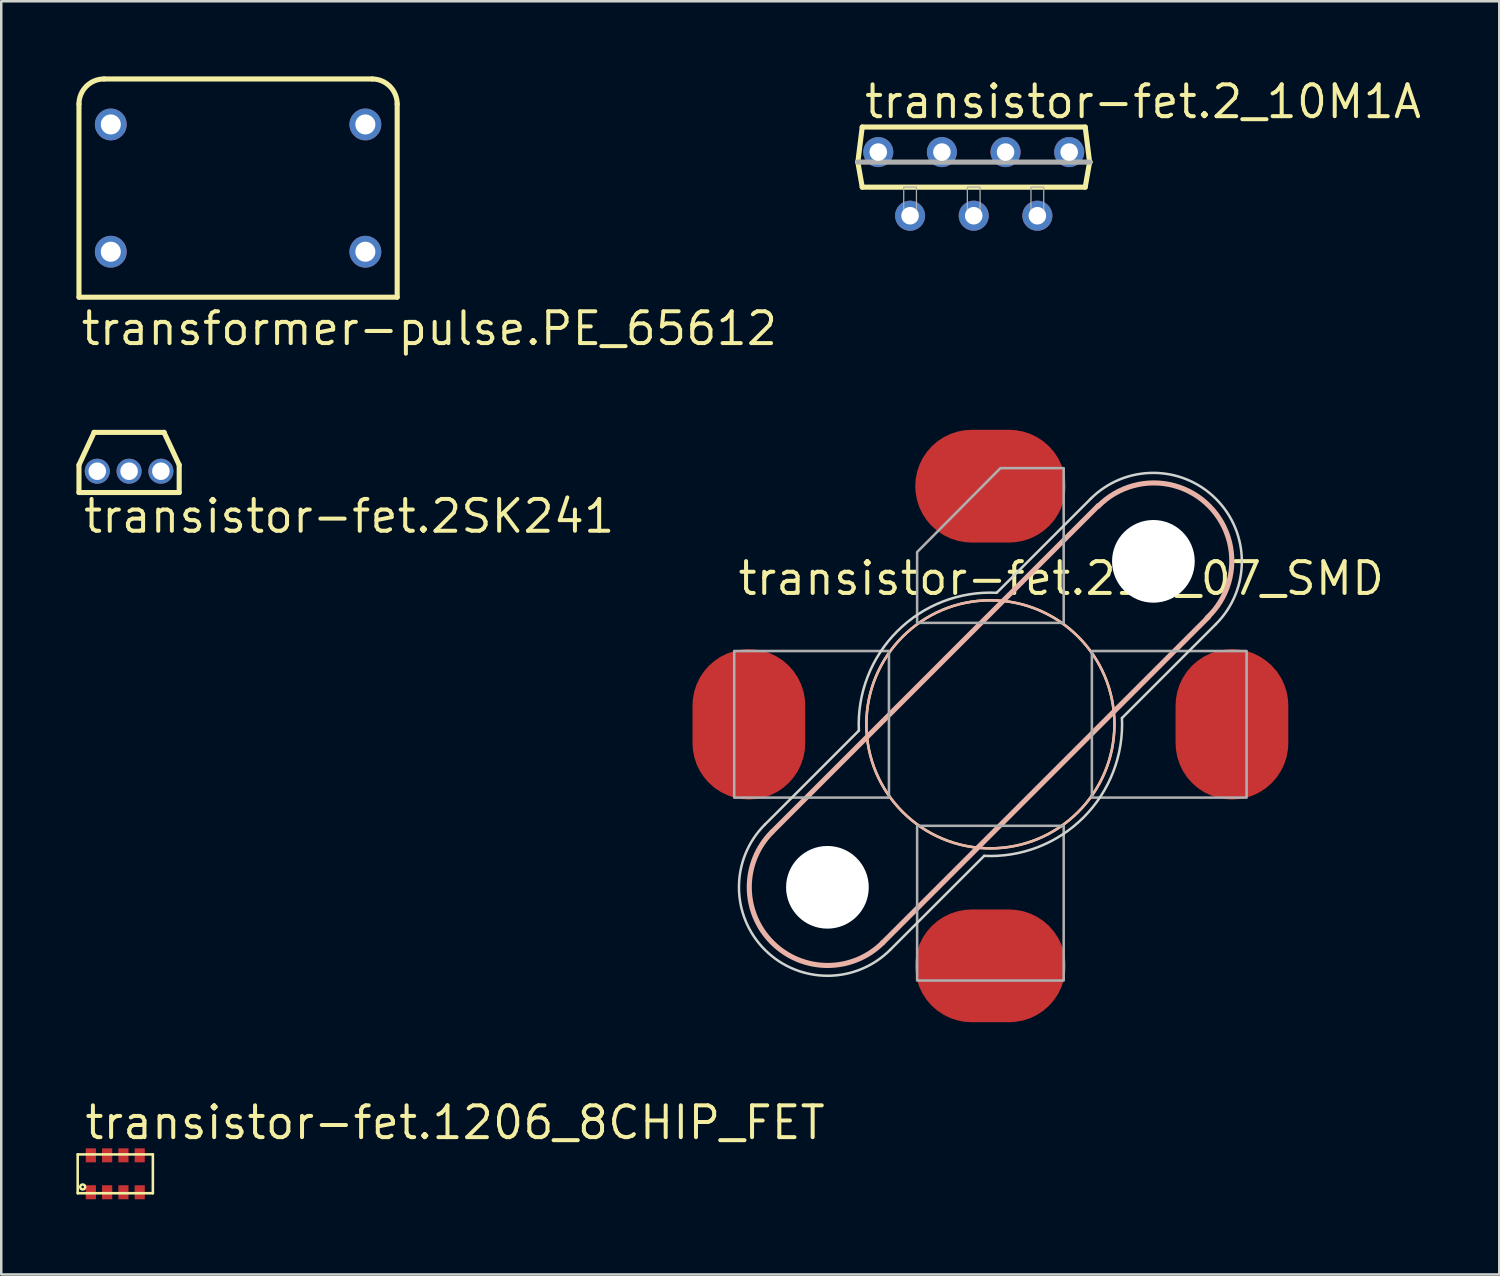
<source format=kicad_pcb>
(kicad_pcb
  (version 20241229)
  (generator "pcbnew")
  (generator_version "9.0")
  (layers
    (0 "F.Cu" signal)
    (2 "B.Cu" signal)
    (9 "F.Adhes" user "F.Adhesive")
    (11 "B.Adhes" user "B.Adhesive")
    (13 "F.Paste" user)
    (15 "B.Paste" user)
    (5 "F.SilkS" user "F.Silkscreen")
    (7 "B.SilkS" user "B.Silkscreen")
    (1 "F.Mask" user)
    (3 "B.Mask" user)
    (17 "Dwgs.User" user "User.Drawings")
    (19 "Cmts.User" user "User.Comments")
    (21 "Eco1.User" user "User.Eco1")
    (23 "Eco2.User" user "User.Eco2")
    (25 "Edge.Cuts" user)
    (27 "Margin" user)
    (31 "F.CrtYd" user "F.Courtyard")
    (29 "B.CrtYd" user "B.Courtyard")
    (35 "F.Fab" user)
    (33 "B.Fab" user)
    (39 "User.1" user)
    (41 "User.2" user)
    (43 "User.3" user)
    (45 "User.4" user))
  (footprint "transistor-fet.211_07_SMD"
    (layer "F.Cu")
    (at 36.479 25.859)
    (property "Reference" "transistor-fet.211_07_SMD" (at -10.16 -5.08 0) (layer "F.SilkS") (effects (font (size 1.27 1.27) (thickness 0.16)) (justify left bottom)))
    (attr smd)
    (fp_circle (center 0 0) (end 4.95 0) (stroke (width 0.1) (type default)) (fill no) (layer "F.SilkS"))
    (fp_line (start -8.715 4.296) (end 4.313 -8.733) (stroke (width 0.203) (type default)) (layer "B.SilkS"))
    (fp_line (start 8.715 -4.296) (end -4.296 8.715) (stroke (width 0.203) (type default)) (layer "B.SilkS"))
    (fp_arc (start -4.2956 8.715) (mid -8.715 8.715) (end -8.715 4.2956) (stroke (width 0.2032) (type default)) (layer "B.SilkS"))
    (fp_arc (start 4.300001 -8.699999) (mid 8.747216 -8.698756) (end 8.650715 -4.252588) (stroke (width 0.2032) (type default)) (layer "B.SilkS"))
    (fp_circle (center 0 0) (end 4.95 0) (stroke (width 0.1) (type default)) (fill no) (layer "B.SilkS"))
    (fp_line (start -5.25 0.25) (end -9 4) (stroke (width 0.1) (type default)) (layer "Edge.Cuts"))
    (fp_line (start -4 9) (end -0.25 5.25) (stroke (width 0.1) (type default)) (layer "Edge.Cuts"))
    (fp_line (start 4 -9) (end 0.25 -5.25) (stroke (width 0.1) (type default)) (layer "Edge.Cuts"))
    (fp_line (start 5.25 -0.25) (end 9 -4) (stroke (width 0.1) (type default)) (layer "Edge.Cuts"))
    (fp_arc (start -5.25 0.25) (mid -3.716059 -3.716059) (end 0.25 -5.25) (stroke (width 0.1) (type default)) (layer "Edge.Cuts"))
    (fp_arc (start -4 9) (mid -9 9) (end -9 4) (stroke (width 0.1) (type default)) (layer "Edge.Cuts"))
    (fp_arc (start 4 -9) (mid 9 -9) (end 9 -4) (stroke (width 0.1) (type default)) (layer "Edge.Cuts"))
    (fp_arc (start 5.25 -0.25) (mid 3.716059 3.716059) (end -0.25 5.25) (stroke (width 0.1) (type default)) (layer "Edge.Cuts"))
    (fp_poly (pts (xy -10.225 -2.925) (xy -4.05 -2.925) (xy -4.05 2.925) (xy -10.225 2.925)) (stroke (width 0.102) (type default)) (fill no) (layer "F.Fab"))
    (fp_poly (pts (xy -2.925 10.225) (xy -2.925 4.05) (xy 2.925 4.05) (xy 2.925 10.225)) (stroke (width 0.102) (type default)) (fill no) (layer "F.Fab"))
    (fp_poly (pts (xy 10.225 2.925) (xy 4.05 2.925) (xy 4.05 -2.925) (xy 10.225 -2.925)) (stroke (width 0.102) (type default)) (fill no) (layer "F.Fab"))
    (fp_poly (pts (xy 2.925 -10.225) (xy 2.925 -4.05) (xy -2.925 -4.05) (xy -2.925 -6.875) (xy 0.4 -10.225)) (stroke (width 0.102) (type default)) (fill no) (layer "F.Fab"))
    (pad "" np_thru_hole circle (at -6.505 6.505) (size 3.3 3.3) (drill 3.3) (layers "*.Cu" "*.Mask"))
    (pad "" np_thru_hole circle (at 6.505 -6.505) (size 3.3 3.3) (drill 3.3) (layers "*.Cu" "*.Mask"))
    (pad "1" smd roundrect (at -9.64 0) (size 4.5 6) (layers "F.Cu" "F.Mask" "F.Paste") (roundrect_rratio 0.5))
    (pad "2" smd roundrect (at 0 9.64 90) (size 4.5 6) (layers "F.Cu" "F.Mask" "F.Paste") (roundrect_rratio 0.5))
    (pad "3" smd roundrect (at 9.64 0 180) (size 4.5 6) (layers "F.Cu" "F.Mask" "F.Paste") (roundrect_rratio 0.5))
    (pad "4" smd roundrect (at 0 -9.505 270) (size 4.5 6) (layers "F.Cu" "F.Mask" "F.Paste") (roundrect_rratio 0.5)))
  (footprint "transistor-fet.2SK241"
    (layer "F.Cu")
    (at 2.102 15.757)
    (property "Reference" "transistor-fet.2SK241" (at -1.905 2.54 0) (layer "F.SilkS") (effects (font (size 1.27 1.27) (thickness 0.16)) (justify left bottom)))
    (attr through_hole)
    (fp_line (start -2 0.85) (end -2 -0.25) (stroke (width 0.203) (type default)) (layer "F.SilkS"))
    (fp_line (start -1.4 -1.55) (end 1.4 -1.55) (stroke (width 0.203) (type default)) (layer "F.SilkS"))
    (fp_line (start -1.393 -1.552) (end -2 -0.25) (stroke (width 0.203) (type default)) (layer "F.SilkS"))
    (fp_line (start 1.393 -1.552) (end 2 -0.25) (stroke (width 0.203) (type default)) (layer "F.SilkS"))
    (fp_line (start 2 -0.25) (end 2 0.85) (stroke (width 0.203) (type default)) (layer "F.SilkS"))
    (fp_line (start 2 0.85) (end -2 0.85) (stroke (width 0.203) (type default)) (layer "F.SilkS"))
    (pad "1" thru_hole circle (at -1.27 0) (size 1 1) (drill 0.7) (layers "*.Cu" "*.Mask"))
    (pad "2" thru_hole circle (at 0 0) (size 1 1) (drill 0.7) (layers "*.Cu" "*.Mask"))
    (pad "3" thru_hole circle (at 1.27 0) (size 1 1) (drill 0.7) (layers "*.Cu" "*.Mask")))
  (footprint "transistor-fet.1206_8CHIP_FET"
    (layer "F.Cu")
    (at 1.551 43.799)
    (property "Reference" "transistor-fet.1206_8CHIP_FET" (at -1.3 -1.3 0) (layer "F.SilkS") (effects (font (size 1.27 1.27) (thickness 0.16)) (justify left bottom)))
    (attr smd)
    (fp_line (start -1.5 -0.775) (end 1.5 -0.775) (stroke (width 0.102) (type default)) (layer "F.SilkS"))
    (fp_line (start -1.5 0.775) (end -1.5 -0.775) (stroke (width 0.102) (type default)) (layer "F.SilkS"))
    (fp_line (start 1.5 -0.775) (end 1.5 0.775) (stroke (width 0.102) (type default)) (layer "F.SilkS"))
    (fp_line (start 1.5 0.775) (end -1.5 0.775) (stroke (width 0.102) (type default)) (layer "F.SilkS"))
    (fp_circle (center -1.3 0.525) (end -1.2 0.525) (stroke (width 0.1) (type default)) (fill no) (layer "F.SilkS"))
    (pad "1" smd roundrect (at -0.975 0.737) (size 0.406 0.56) (layers "F.Cu" "F.Mask" "F.Paste") (roundrect_rratio 0.01))
    (pad "2" smd roundrect (at -0.325 0.737) (size 0.406 0.56) (layers "F.Cu" "F.Mask" "F.Paste") (roundrect_rratio 0.01))
    (pad "3" smd roundrect (at 0.325 0.737) (size 0.406 0.56) (layers "F.Cu" "F.Mask" "F.Paste") (roundrect_rratio 0.01))
    (pad "4" smd roundrect (at 0.975 0.737) (size 0.406 0.56) (layers "F.Cu" "F.Mask" "F.Paste") (roundrect_rratio 0.01))
    (pad "5" smd roundrect (at 0.975 -0.737 180) (size 0.406 0.56) (layers "F.Cu" "F.Mask" "F.Paste") (roundrect_rratio 0.01))
    (pad "6" smd roundrect (at 0.325 -0.737 180) (size 0.406 0.56) (layers "F.Cu" "F.Mask" "F.Paste") (roundrect_rratio 0.01))
    (pad "7" smd roundrect (at -0.325 -0.737 180) (size 0.406 0.56) (layers "F.Cu" "F.Mask" "F.Paste") (roundrect_rratio 0.01))
    (pad "8" smd roundrect (at -0.975 -0.737 180) (size 0.406 0.56) (layers "F.Cu" "F.Mask" "F.Paste") (roundrect_rratio 0.01)))
  (footprint "transformer-pulse.PE_65612"
    (layer "F.Cu")
    (at 6.452 4.457)
    (property "Reference" "transformer-pulse.PE_65612" (at -6.35 6.35 0) (layer "F.SilkS") (effects (font (size 1.27 1.27) (thickness 0.16)) (justify left bottom)))
    (attr through_hole)
    (fp_line (start -6.35 -3.355) (end -6.35 4.355) (stroke (width 0.203) (type default)) (layer "F.SilkS"))
    (fp_line (start -6.35 4.355) (end 6.35 4.355) (stroke (width 0.203) (type default)) (layer "F.SilkS"))
    (fp_line (start 5.35 -4.355) (end -5.35 -4.355) (stroke (width 0.203) (type default)) (layer "F.SilkS"))
    (fp_line (start 6.35 4.355) (end 6.35 -3.355) (stroke (width 0.203) (type default)) (layer "F.SilkS"))
    (fp_arc (start -6.35 -3.355) (mid -6.057107 -4.062107) (end -5.35 -4.355) (stroke (width 0.2032) (type default)) (layer "F.SilkS"))
    (fp_arc (start 5.35 -4.355) (mid 6.057107 -4.062107) (end 6.35 -3.355) (stroke (width 0.2032) (type default)) (layer "F.SilkS"))
    (pad "1" thru_hole circle (at -5.08 2.54) (size 1.27 1.27) (drill 0.8) (layers "*.Cu" "*.Mask"))
    (pad "2" thru_hole circle (at -5.08 -2.54) (size 1.27 1.27) (drill 0.8) (layers "*.Cu" "*.Mask"))
    (pad "3" thru_hole circle (at 5.08 -2.54) (size 1.27 1.27) (drill 0.8) (layers "*.Cu" "*.Mask"))
    (pad "4" thru_hole circle (at 5.08 2.54) (size 1.27 1.27) (drill 0.8) (layers "*.Cu" "*.Mask")))
  (footprint "transistor-fet.2_10M1A"
    (layer "F.Cu")
    (at 35.813 3.02)
    (property "Reference" "transistor-fet.2_10M1A" (at -4.445 -1.27 0) (layer "F.SilkS") (effects (font (size 1.27 1.27) (thickness 0.16)) (justify left bottom)))
    (attr through_hole)
    (fp_line (start -4.625 0.4) (end -4.45 -1) (stroke (width 0.203) (type default)) (layer "F.SilkS"))
    (fp_line (start -4.45 1.4) (end -4.625 0.4) (stroke (width 0.203) (type default)) (layer "F.SilkS"))
    (fp_line (start 4.45 -1) (end -4.45 -1) (stroke (width 0.203) (type default)) (layer "F.SilkS"))
    (fp_line (start 4.45 1.4) (end -4.45 1.4) (stroke (width 0.203) (type default)) (layer "F.SilkS"))
    (fp_line (start 4.45 1.4) (end 4.625 0.4) (stroke (width 0.203) (type default)) (layer "F.SilkS"))
    (fp_line (start 4.625 0.4) (end 4.45 -1) (stroke (width 0.203) (type default)) (layer "F.SilkS"))
    (fp_line (start 4.65 0.4) (end 4.625 0.4) (stroke (width 0.203) (type default)) (layer "F.SilkS"))
    (fp_line (start 4.625 0.4) (end -4.625 0.4) (stroke (width 0.203) (type default)) (layer "F.Fab"))
    (fp_rect (start -2.794 2.667) (end -2.286 1.397) (stroke (width 0.05) (type default)) (fill no) (layer "F.Fab"))
    (fp_rect (start -0.254 2.667) (end 0.254 1.397) (stroke (width 0.05) (type default)) (fill no) (layer "F.Fab"))
    (fp_rect (start 2.286 2.667) (end 2.794 1.397) (stroke (width 0.05) (type default)) (fill no) (layer "F.Fab"))
    (pad "1" thru_hole circle (at -3.81 0) (size 1.2 1.2) (drill 0.7) (layers "*.Cu" "*.Mask"))
    (pad "2" thru_hole circle (at -2.54 2.54) (size 1.2 1.2) (drill 0.7) (layers "*.Cu" "*.Mask"))
    (pad "3" thru_hole circle (at -1.27 0) (size 1.2 1.2) (drill 0.7) (layers "*.Cu" "*.Mask"))
    (pad "4" thru_hole circle (at 0 2.54) (size 1.2 1.2) (drill 0.7) (layers "*.Cu" "*.Mask"))
    (pad "5" thru_hole circle (at 1.27 0) (size 1.2 1.2) (drill 0.7) (layers "*.Cu" "*.Mask"))
    (pad "6" thru_hole circle (at 2.54 2.54) (size 1.2 1.2) (drill 0.7) (layers "*.Cu" "*.Mask"))
    (pad "7" thru_hole circle (at 3.81 0) (size 1.2 1.2) (drill 0.7) (layers "*.Cu" "*.Mask")))
  (gr_rect
    (start -3 -3)
    (end 56.789 47.816)
    (stroke (width 0.1) (type default))
    (fill no)
    (layer "Edge.Cuts")))
</source>
